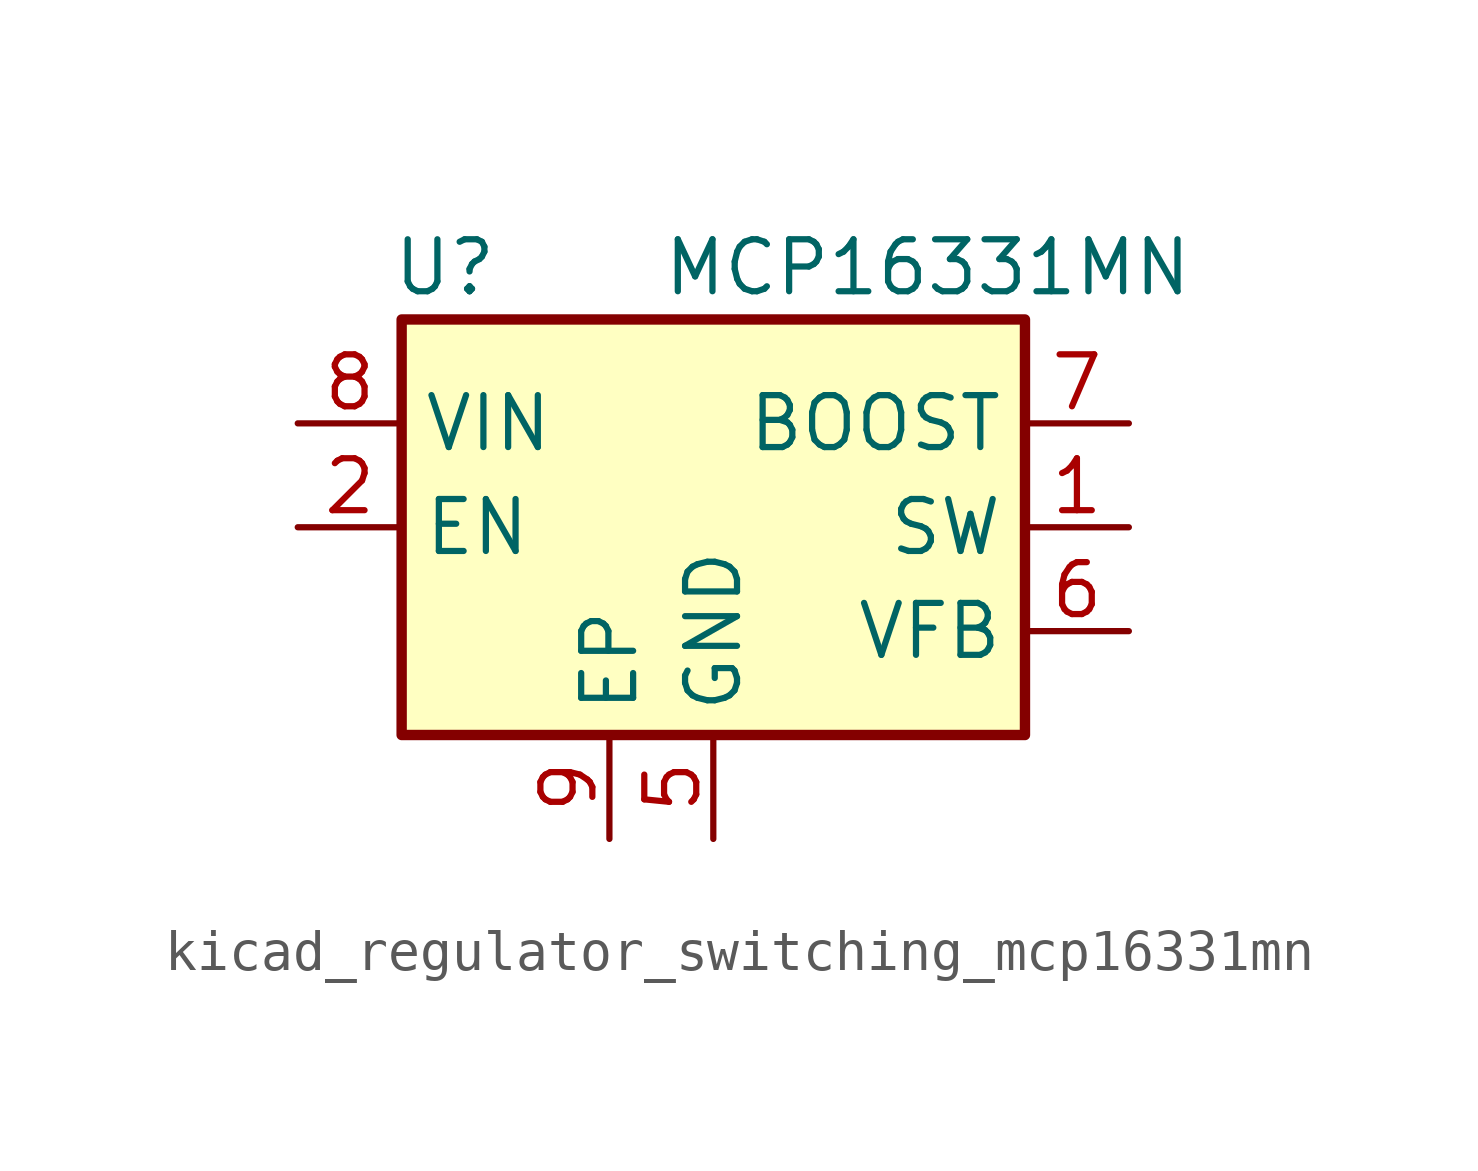
<source format=kicad_sym>
(kicad_symbol_lib
  (version 20220914)
  (generator kicad_symbol_editor)
  (symbol "kicad_regulator_switching_mcp16331mn"
    (property "Reference" "U"
      (at -7.874 6.35 0)
      (effects (font (size 1.27 1.27)) (justify left)))
    (property "Value" "MCP16331MN"
      (at -1.27 6.35 0)
      (effects (font (size 1.27 1.27)) (justify left)))
    (symbol "kicad_regulator_switching_mcp16331mn_0_1"
      (rectangle (start -7.62 5.08) (end 7.62 -5.08) (stroke (width 0.254) (type default)) (fill (type background))))
    (symbol "kicad_regulator_switching_mcp16331mn_1_1"
      (pin output line (at 10.16 0 180) (length 2.54) (name "SW" (effects (font (size 1.27 1.27)))) (number "1" (effects (font (size 1.27 1.27)))))
      (pin input line (at -10.16 0 0) (length 2.54) (name "EN" (effects (font (size 1.27 1.27)))) (number "2" (effects (font (size 1.27 1.27)))))
      (pin no_connect line (at 2.54 -5.08 90) (length 2.54) hide (name "NC" (effects (font (size 1.27 1.27)))) (number "3" (effects (font (size 1.27 1.27)))))
      (pin no_connect line (at -7.62 -2.54 0) (length 2.54) hide (name "NC" (effects (font (size 1.27 1.27)))) (number "4" (effects (font (size 1.27 1.27)))))
      (pin power_in line (at 0 -7.62 90) (length 2.54) (name "GND" (effects (font (size 1.27 1.27)))) (number "5" (effects (font (size 1.27 1.27)))))
      (pin input line (at 10.16 -2.54 180) (length 2.54) (name "VFB" (effects (font (size 1.27 1.27)))) (number "6" (effects (font (size 1.27 1.27)))))
      (pin input line (at 10.16 2.54 180) (length 2.54) (name "BOOST" (effects (font (size 1.27 1.27)))) (number "7" (effects (font (size 1.27 1.27)))))
      (pin power_in line (at -10.16 2.54 0) (length 2.54) (name "VIN" (effects (font (size 1.27 1.27)))) (number "8" (effects (font (size 1.27 1.27)))))
      (pin power_in line (at -2.54 -7.62 90) (length 2.54) (name "EP" (effects (font (size 1.27 1.27)))) (number "9" (effects (font (size 1.27 1.27))))))))
</source>
